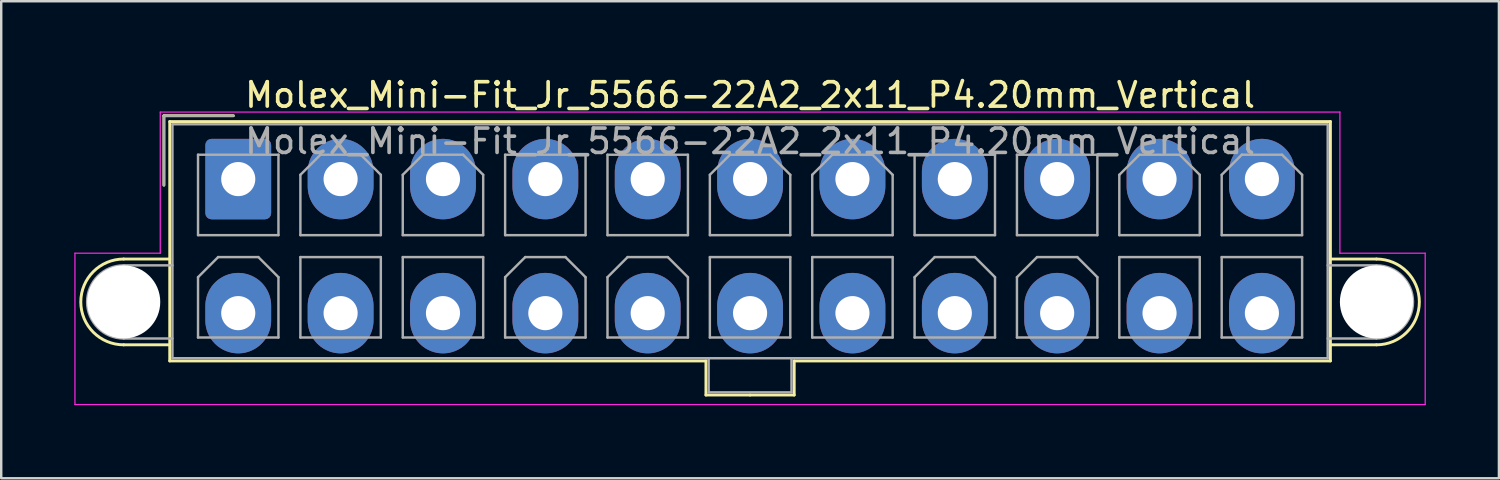
<source format=kicad_pcb>
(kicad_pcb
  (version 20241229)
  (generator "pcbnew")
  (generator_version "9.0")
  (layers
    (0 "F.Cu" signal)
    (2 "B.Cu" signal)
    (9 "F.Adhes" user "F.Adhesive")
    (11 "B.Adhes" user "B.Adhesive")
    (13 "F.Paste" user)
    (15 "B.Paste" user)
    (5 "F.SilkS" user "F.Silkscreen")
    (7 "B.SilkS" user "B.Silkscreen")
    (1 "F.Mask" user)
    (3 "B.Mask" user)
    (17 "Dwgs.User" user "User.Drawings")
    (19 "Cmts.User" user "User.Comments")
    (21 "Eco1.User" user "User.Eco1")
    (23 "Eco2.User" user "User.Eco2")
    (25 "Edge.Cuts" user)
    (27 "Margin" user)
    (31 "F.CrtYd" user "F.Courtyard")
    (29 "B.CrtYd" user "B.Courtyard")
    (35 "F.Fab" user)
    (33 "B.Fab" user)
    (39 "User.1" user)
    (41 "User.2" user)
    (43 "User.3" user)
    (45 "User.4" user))
  (footprint "Molex_Mini-Fit_Jr_5566-22A2_2x11_P4.20mm_Vertical"
    (layer "F.Cu")
    (at 6.725 4.298)
    (property "Reference" "Molex_Mini-Fit_Jr_5566-22A2_2x11_P4.20mm_Vertical" (at 21 -3.45 0) (layer "F.SilkS") (effects (font (size 1 1) (thickness 0.15))))
    (attr through_hole)
    (fp_line (start -4.7 3.28) (end -2.81 3.28) (stroke (width 0.12) (type solid)) (layer "F.SilkS"))
    (fp_line (start -4.7 6.8) (end -2.81 6.8) (stroke (width 0.12) (type solid)) (layer "F.SilkS"))
    (fp_line (start -3.05 -2.6) (end -3.05 0.25) (stroke (width 0.12) (type solid)) (layer "F.SilkS"))
    (fp_line (start -2.81 -2.36) (end -2.81 7.46) (stroke (width 0.12) (type solid)) (layer "F.SilkS"))
    (fp_line (start -2.81 7.46) (end 19.19 7.46) (stroke (width 0.12) (type solid)) (layer "F.SilkS"))
    (fp_line (start -0.2 -2.6) (end -3.05 -2.6) (stroke (width 0.12) (type solid)) (layer "F.SilkS"))
    (fp_line (start 19.19 7.46) (end 19.19 8.86) (stroke (width 0.12) (type solid)) (layer "F.SilkS"))
    (fp_line (start 19.19 8.86) (end 21 8.86) (stroke (width 0.12) (type solid)) (layer "F.SilkS"))
    (fp_line (start 21 -2.36) (end -2.81 -2.36) (stroke (width 0.12) (type solid)) (layer "F.SilkS"))
    (fp_line (start 21 -2.36) (end 44.81 -2.36) (stroke (width 0.12) (type solid)) (layer "F.SilkS"))
    (fp_line (start 22.81 7.46) (end 22.81 8.86) (stroke (width 0.12) (type solid)) (layer "F.SilkS"))
    (fp_line (start 22.81 8.86) (end 21 8.86) (stroke (width 0.12) (type solid)) (layer "F.SilkS"))
    (fp_line (start 44.81 -2.36) (end 44.81 7.46) (stroke (width 0.12) (type solid)) (layer "F.SilkS"))
    (fp_line (start 44.81 7.46) (end 22.81 7.46) (stroke (width 0.12) (type solid)) (layer "F.SilkS"))
    (fp_line (start 46.7 3.28) (end 44.81 3.28) (stroke (width 0.12) (type solid)) (layer "F.SilkS"))
    (fp_line (start 46.7 6.8) (end 44.81 6.8) (stroke (width 0.12) (type solid)) (layer "F.SilkS"))
    (fp_arc (start -4.7 6.8) (mid -6.46 5.04) (end -4.7 3.28) (stroke (width 0.12) (type solid)) (layer "F.SilkS"))
    (fp_arc (start 46.7 3.28) (mid 48.46 5.04) (end 46.7 6.8) (stroke (width 0.12) (type solid)) (layer "F.SilkS"))
    (fp_line (start -6.7 3.04) (end -6.7 9.25) (stroke (width 0.05) (type solid)) (layer "F.CrtYd"))
    (fp_line (start -6.7 9.25) (end 48.7 9.25) (stroke (width 0.05) (type solid)) (layer "F.CrtYd"))
    (fp_line (start -3.2 -2.75) (end -3.2 3.04) (stroke (width 0.05) (type solid)) (layer "F.CrtYd"))
    (fp_line (start -3.2 3.04) (end -6.7 3.04) (stroke (width 0.05) (type solid)) (layer "F.CrtYd"))
    (fp_line (start 45.2 -2.75) (end -3.2 -2.75) (stroke (width 0.05) (type solid)) (layer "F.CrtYd"))
    (fp_line (start 45.2 3.04) (end 45.2 -2.75) (stroke (width 0.05) (type solid)) (layer "F.CrtYd"))
    (fp_line (start 48.7 3.04) (end 45.2 3.04) (stroke (width 0.05) (type solid)) (layer "F.CrtYd"))
    (fp_line (start 48.7 9.25) (end 48.7 3.04) (stroke (width 0.05) (type solid)) (layer "F.CrtYd"))
    (fp_line (start -4.7 3.54) (end -2.7 3.54) (stroke (width 0.1) (type solid)) (layer "F.Fab"))
    (fp_line (start -4.7 6.54) (end -2.7 6.54) (stroke (width 0.1) (type solid)) (layer "F.Fab"))
    (fp_line (start -3.05 -2.6) (end -3.05 0.25) (stroke (width 0.1) (type solid)) (layer "F.Fab"))
    (fp_line (start -2.7 -2.25) (end -2.7 7.35) (stroke (width 0.1) (type solid)) (layer "F.Fab"))
    (fp_line (start -2.7 7.35) (end 44.7 7.35) (stroke (width 0.1) (type solid)) (layer "F.Fab"))
    (fp_line (start -1.65 -1) (end -1.65 2.3) (stroke (width 0.1) (type solid)) (layer "F.Fab"))
    (fp_line (start -1.65 2.3) (end 1.65 2.3) (stroke (width 0.1) (type solid)) (layer "F.Fab"))
    (fp_line (start -1.65 4.025) (end -0.825 3.2) (stroke (width 0.1) (type solid)) (layer "F.Fab"))
    (fp_line (start -1.65 6.5) (end -1.65 4.025) (stroke (width 0.1) (type solid)) (layer "F.Fab"))
    (fp_line (start -0.825 3.2) (end 0.825 3.2) (stroke (width 0.1) (type solid)) (layer "F.Fab"))
    (fp_line (start -0.2 -2.6) (end -3.05 -2.6) (stroke (width 0.1) (type solid)) (layer "F.Fab"))
    (fp_line (start 0.825 3.2) (end 1.65 4.025) (stroke (width 0.1) (type solid)) (layer "F.Fab"))
    (fp_line (start 1.65 -1) (end -1.65 -1) (stroke (width 0.1) (type solid)) (layer "F.Fab"))
    (fp_line (start 1.65 2.3) (end 1.65 -1) (stroke (width 0.1) (type solid)) (layer "F.Fab"))
    (fp_line (start 1.65 4.025) (end 1.65 6.5) (stroke (width 0.1) (type solid)) (layer "F.Fab"))
    (fp_line (start 1.65 6.5) (end -1.65 6.5) (stroke (width 0.1) (type solid)) (layer "F.Fab"))
    (fp_line (start 2.55 -0.175) (end 3.375 -1) (stroke (width 0.1) (type solid)) (layer "F.Fab"))
    (fp_line (start 2.55 2.3) (end 2.55 -0.175) (stroke (width 0.1) (type solid)) (layer "F.Fab"))
    (fp_line (start 2.55 3.2) (end 2.55 6.5) (stroke (width 0.1) (type solid)) (layer "F.Fab"))
    (fp_line (start 2.55 6.5) (end 5.85 6.5) (stroke (width 0.1) (type solid)) (layer "F.Fab"))
    (fp_line (start 3.375 -1) (end 5.025 -1) (stroke (width 0.1) (type solid)) (layer "F.Fab"))
    (fp_line (start 5.025 -1) (end 5.85 -0.175) (stroke (width 0.1) (type solid)) (layer "F.Fab"))
    (fp_line (start 5.85 -0.175) (end 5.85 2.3) (stroke (width 0.1) (type solid)) (layer "F.Fab"))
    (fp_line (start 5.85 2.3) (end 2.55 2.3) (stroke (width 0.1) (type solid)) (layer "F.Fab"))
    (fp_line (start 5.85 3.2) (end 2.55 3.2) (stroke (width 0.1) (type solid)) (layer "F.Fab"))
    (fp_line (start 5.85 6.5) (end 5.85 3.2) (stroke (width 0.1) (type solid)) (layer "F.Fab"))
    (fp_line (start 6.75 -0.175) (end 7.575 -1) (stroke (width 0.1) (type solid)) (layer "F.Fab"))
    (fp_line (start 6.75 2.3) (end 6.75 -0.175) (stroke (width 0.1) (type solid)) (layer "F.Fab"))
    (fp_line (start 6.75 3.2) (end 6.75 6.5) (stroke (width 0.1) (type solid)) (layer "F.Fab"))
    (fp_line (start 6.75 6.5) (end 10.05 6.5) (stroke (width 0.1) (type solid)) (layer "F.Fab"))
    (fp_line (start 7.575 -1) (end 9.225 -1) (stroke (width 0.1) (type solid)) (layer "F.Fab"))
    (fp_line (start 9.225 -1) (end 10.05 -0.175) (stroke (width 0.1) (type solid)) (layer "F.Fab"))
    (fp_line (start 10.05 -0.175) (end 10.05 2.3) (stroke (width 0.1) (type solid)) (layer "F.Fab"))
    (fp_line (start 10.05 2.3) (end 6.75 2.3) (stroke (width 0.1) (type solid)) (layer "F.Fab"))
    (fp_line (start 10.05 3.2) (end 6.75 3.2) (stroke (width 0.1) (type solid)) (layer "F.Fab"))
    (fp_line (start 10.05 6.5) (end 10.05 3.2) (stroke (width 0.1) (type solid)) (layer "F.Fab"))
    (fp_line (start 10.95 -1) (end 10.95 2.3) (stroke (width 0.1) (type solid)) (layer "F.Fab"))
    (fp_line (start 10.95 2.3) (end 14.25 2.3) (stroke (width 0.1) (type solid)) (layer "F.Fab"))
    (fp_line (start 10.95 4.025) (end 11.775 3.2) (stroke (width 0.1) (type solid)) (layer "F.Fab"))
    (fp_line (start 10.95 6.5) (end 10.95 4.025) (stroke (width 0.1) (type solid)) (layer "F.Fab"))
    (fp_line (start 11.775 3.2) (end 13.425 3.2) (stroke (width 0.1) (type solid)) (layer "F.Fab"))
    (fp_line (start 13.425 3.2) (end 14.25 4.025) (stroke (width 0.1) (type solid)) (layer "F.Fab"))
    (fp_line (start 14.25 -1) (end 10.95 -1) (stroke (width 0.1) (type solid)) (layer "F.Fab"))
    (fp_line (start 14.25 2.3) (end 14.25 -1) (stroke (width 0.1) (type solid)) (layer "F.Fab"))
    (fp_line (start 14.25 4.025) (end 14.25 6.5) (stroke (width 0.1) (type solid)) (layer "F.Fab"))
    (fp_line (start 14.25 6.5) (end 10.95 6.5) (stroke (width 0.1) (type solid)) (layer "F.Fab"))
    (fp_line (start 15.15 -1) (end 15.15 2.3) (stroke (width 0.1) (type solid)) (layer "F.Fab"))
    (fp_line (start 15.15 2.3) (end 18.45 2.3) (stroke (width 0.1) (type solid)) (layer "F.Fab"))
    (fp_line (start 15.15 4.025) (end 15.975 3.2) (stroke (width 0.1) (type solid)) (layer "F.Fab"))
    (fp_line (start 15.15 6.5) (end 15.15 4.025) (stroke (width 0.1) (type solid)) (layer "F.Fab"))
    (fp_line (start 15.975 3.2) (end 17.625 3.2) (stroke (width 0.1) (type solid)) (layer "F.Fab"))
    (fp_line (start 17.625 3.2) (end 18.45 4.025) (stroke (width 0.1) (type solid)) (layer "F.Fab"))
    (fp_line (start 18.45 -1) (end 15.15 -1) (stroke (width 0.1) (type solid)) (layer "F.Fab"))
    (fp_line (start 18.45 2.3) (end 18.45 -1) (stroke (width 0.1) (type solid)) (layer "F.Fab"))
    (fp_line (start 18.45 4.025) (end 18.45 6.5) (stroke (width 0.1) (type solid)) (layer "F.Fab"))
    (fp_line (start 18.45 6.5) (end 15.15 6.5) (stroke (width 0.1) (type solid)) (layer "F.Fab"))
    (fp_line (start 19.3 7.35) (end 19.3 8.75) (stroke (width 0.1) (type solid)) (layer "F.Fab"))
    (fp_line (start 19.3 8.75) (end 22.7 8.75) (stroke (width 0.1) (type solid)) (layer "F.Fab"))
    (fp_line (start 19.35 -0.175) (end 20.175 -1) (stroke (width 0.1) (type solid)) (layer "F.Fab"))
    (fp_line (start 19.35 2.3) (end 19.35 -0.175) (stroke (width 0.1) (type solid)) (layer "F.Fab"))
    (fp_line (start 19.35 3.2) (end 19.35 6.5) (stroke (width 0.1) (type solid)) (layer "F.Fab"))
    (fp_line (start 19.35 6.5) (end 22.65 6.5) (stroke (width 0.1) (type solid)) (layer "F.Fab"))
    (fp_line (start 20.175 -1) (end 21.825 -1) (stroke (width 0.1) (type solid)) (layer "F.Fab"))
    (fp_line (start 21.825 -1) (end 22.65 -0.175) (stroke (width 0.1) (type solid)) (layer "F.Fab"))
    (fp_line (start 22.65 -0.175) (end 22.65 2.3) (stroke (width 0.1) (type solid)) (layer "F.Fab"))
    (fp_line (start 22.65 2.3) (end 19.35 2.3) (stroke (width 0.1) (type solid)) (layer "F.Fab"))
    (fp_line (start 22.65 3.2) (end 19.35 3.2) (stroke (width 0.1) (type solid)) (layer "F.Fab"))
    (fp_line (start 22.65 6.5) (end 22.65 3.2) (stroke (width 0.1) (type solid)) (layer "F.Fab"))
    (fp_line (start 22.7 8.75) (end 22.7 7.35) (stroke (width 0.1) (type solid)) (layer "F.Fab"))
    (fp_line (start 23.55 -0.175) (end 24.375 -1) (stroke (width 0.1) (type solid)) (layer "F.Fab"))
    (fp_line (start 23.55 2.3) (end 23.55 -0.175) (stroke (width 0.1) (type solid)) (layer "F.Fab"))
    (fp_line (start 23.55 3.2) (end 23.55 6.5) (stroke (width 0.1) (type solid)) (layer "F.Fab"))
    (fp_line (start 23.55 6.5) (end 26.85 6.5) (stroke (width 0.1) (type solid)) (layer "F.Fab"))
    (fp_line (start 24.375 -1) (end 26.025 -1) (stroke (width 0.1) (type solid)) (layer "F.Fab"))
    (fp_line (start 26.025 -1) (end 26.85 -0.175) (stroke (width 0.1) (type solid)) (layer "F.Fab"))
    (fp_line (start 26.85 -0.175) (end 26.85 2.3) (stroke (width 0.1) (type solid)) (layer "F.Fab"))
    (fp_line (start 26.85 2.3) (end 23.55 2.3) (stroke (width 0.1) (type solid)) (layer "F.Fab"))
    (fp_line (start 26.85 3.2) (end 23.55 3.2) (stroke (width 0.1) (type solid)) (layer "F.Fab"))
    (fp_line (start 26.85 6.5) (end 26.85 3.2) (stroke (width 0.1) (type solid)) (layer "F.Fab"))
    (fp_line (start 27.75 -1) (end 27.75 2.3) (stroke (width 0.1) (type solid)) (layer "F.Fab"))
    (fp_line (start 27.75 2.3) (end 31.05 2.3) (stroke (width 0.1) (type solid)) (layer "F.Fab"))
    (fp_line (start 27.75 4.025) (end 28.575 3.2) (stroke (width 0.1) (type solid)) (layer "F.Fab"))
    (fp_line (start 27.75 6.5) (end 27.75 4.025) (stroke (width 0.1) (type solid)) (layer "F.Fab"))
    (fp_line (start 28.575 3.2) (end 30.225 3.2) (stroke (width 0.1) (type solid)) (layer "F.Fab"))
    (fp_line (start 30.225 3.2) (end 31.05 4.025) (stroke (width 0.1) (type solid)) (layer "F.Fab"))
    (fp_line (start 31.05 -1) (end 27.75 -1) (stroke (width 0.1) (type solid)) (layer "F.Fab"))
    (fp_line (start 31.05 2.3) (end 31.05 -1) (stroke (width 0.1) (type solid)) (layer "F.Fab"))
    (fp_line (start 31.05 4.025) (end 31.05 6.5) (stroke (width 0.1) (type solid)) (layer "F.Fab"))
    (fp_line (start 31.05 6.5) (end 27.75 6.5) (stroke (width 0.1) (type solid)) (layer "F.Fab"))
    (fp_line (start 31.95 -1) (end 31.95 2.3) (stroke (width 0.1) (type solid)) (layer "F.Fab"))
    (fp_line (start 31.95 2.3) (end 35.25 2.3) (stroke (width 0.1) (type solid)) (layer "F.Fab"))
    (fp_line (start 31.95 4.025) (end 32.775 3.2) (stroke (width 0.1) (type solid)) (layer "F.Fab"))
    (fp_line (start 31.95 6.5) (end 31.95 4.025) (stroke (width 0.1) (type solid)) (layer "F.Fab"))
    (fp_line (start 32.775 3.2) (end 34.425 3.2) (stroke (width 0.1) (type solid)) (layer "F.Fab"))
    (fp_line (start 34.425 3.2) (end 35.25 4.025) (stroke (width 0.1) (type solid)) (layer "F.Fab"))
    (fp_line (start 35.25 -1) (end 31.95 -1) (stroke (width 0.1) (type solid)) (layer "F.Fab"))
    (fp_line (start 35.25 2.3) (end 35.25 -1) (stroke (width 0.1) (type solid)) (layer "F.Fab"))
    (fp_line (start 35.25 4.025) (end 35.25 6.5) (stroke (width 0.1) (type solid)) (layer "F.Fab"))
    (fp_line (start 35.25 6.5) (end 31.95 6.5) (stroke (width 0.1) (type solid)) (layer "F.Fab"))
    (fp_line (start 36.15 -0.175) (end 36.975 -1) (stroke (width 0.1) (type solid)) (layer "F.Fab"))
    (fp_line (start 36.15 2.3) (end 36.15 -0.175) (stroke (width 0.1) (type solid)) (layer "F.Fab"))
    (fp_line (start 36.15 3.2) (end 36.15 6.5) (stroke (width 0.1) (type solid)) (layer "F.Fab"))
    (fp_line (start 36.15 6.5) (end 39.45 6.5) (stroke (width 0.1) (type solid)) (layer "F.Fab"))
    (fp_line (start 36.975 -1) (end 38.625 -1) (stroke (width 0.1) (type solid)) (layer "F.Fab"))
    (fp_line (start 38.625 -1) (end 39.45 -0.175) (stroke (width 0.1) (type solid)) (layer "F.Fab"))
    (fp_line (start 39.45 -0.175) (end 39.45 2.3) (stroke (width 0.1) (type solid)) (layer "F.Fab"))
    (fp_line (start 39.45 2.3) (end 36.15 2.3) (stroke (width 0.1) (type solid)) (layer "F.Fab"))
    (fp_line (start 39.45 3.2) (end 36.15 3.2) (stroke (width 0.1) (type solid)) (layer "F.Fab"))
    (fp_line (start 39.45 6.5) (end 39.45 3.2) (stroke (width 0.1) (type solid)) (layer "F.Fab"))
    (fp_line (start 40.35 -0.175) (end 41.175 -1) (stroke (width 0.1) (type solid)) (layer "F.Fab"))
    (fp_line (start 40.35 2.3) (end 40.35 -0.175) (stroke (width 0.1) (type solid)) (layer "F.Fab"))
    (fp_line (start 40.35 3.2) (end 40.35 6.5) (stroke (width 0.1) (type solid)) (layer "F.Fab"))
    (fp_line (start 40.35 6.5) (end 43.65 6.5) (stroke (width 0.1) (type solid)) (layer "F.Fab"))
    (fp_line (start 41.175 -1) (end 42.825 -1) (stroke (width 0.1) (type solid)) (layer "F.Fab"))
    (fp_line (start 42.825 -1) (end 43.65 -0.175) (stroke (width 0.1) (type solid)) (layer "F.Fab"))
    (fp_line (start 43.65 -0.175) (end 43.65 2.3) (stroke (width 0.1) (type solid)) (layer "F.Fab"))
    (fp_line (start 43.65 2.3) (end 40.35 2.3) (stroke (width 0.1) (type solid)) (layer "F.Fab"))
    (fp_line (start 43.65 3.2) (end 40.35 3.2) (stroke (width 0.1) (type solid)) (layer "F.Fab"))
    (fp_line (start 43.65 6.5) (end 43.65 3.2) (stroke (width 0.1) (type solid)) (layer "F.Fab"))
    (fp_line (start 44.7 -2.25) (end -2.7 -2.25) (stroke (width 0.1) (type solid)) (layer "F.Fab"))
    (fp_line (start 44.7 7.35) (end 44.7 -2.25) (stroke (width 0.1) (type solid)) (layer "F.Fab"))
    (fp_line (start 46.7 3.54) (end 44.7 3.54) (stroke (width 0.1) (type solid)) (layer "F.Fab"))
    (fp_line (start 46.7 6.54) (end 44.7 6.54) (stroke (width 0.1) (type solid)) (layer "F.Fab"))
    (fp_arc (start -4.7 6.54) (mid -6.2 5.04) (end -4.7 3.54) (stroke (width 0.1) (type solid)) (layer "F.Fab"))
    (fp_arc (start 46.7 3.54) (mid 48.2 5.04) (end 46.7 6.54) (stroke (width 0.1) (type solid)) (layer "F.Fab"))
    (fp_text user "${REFERENCE}" (at 21 -1.55 0) (layer "F.Fab") (effects (font (size 1 1) (thickness 0.15))))
    (pad "" np_thru_hole circle (at -4.7 5.04) (size 3 3) (drill 3) (layers "*.Cu" "*.Mask"))
    (pad "" np_thru_hole circle (at 46.7 5.04) (size 3 3) (drill 3) (layers "*.Cu" "*.Mask"))
    (pad "1" thru_hole roundrect (at 0 0) (size 2.7 3.3) (drill 1.4) (layers "*.Cu" "*.Mask") (roundrect_rratio 0.093))
    (pad "2" thru_hole oval (at 4.2 0) (size 2.7 3.3) (drill 1.4) (layers "*.Cu" "*.Mask"))
    (pad "3" thru_hole oval (at 8.4 0) (size 2.7 3.3) (drill 1.4) (layers "*.Cu" "*.Mask"))
    (pad "4" thru_hole oval (at 12.6 0) (size 2.7 3.3) (drill 1.4) (layers "*.Cu" "*.Mask"))
    (pad "5" thru_hole oval (at 16.8 0) (size 2.7 3.3) (drill 1.4) (layers "*.Cu" "*.Mask"))
    (pad "6" thru_hole oval (at 21 0) (size 2.7 3.3) (drill 1.4) (layers "*.Cu" "*.Mask"))
    (pad "7" thru_hole oval (at 25.2 0) (size 2.7 3.3) (drill 1.4) (layers "*.Cu" "*.Mask"))
    (pad "8" thru_hole oval (at 29.4 0) (size 2.7 3.3) (drill 1.4) (layers "*.Cu" "*.Mask"))
    (pad "9" thru_hole oval (at 33.6 0) (size 2.7 3.3) (drill 1.4) (layers "*.Cu" "*.Mask"))
    (pad "10" thru_hole oval (at 37.8 0) (size 2.7 3.3) (drill 1.4) (layers "*.Cu" "*.Mask"))
    (pad "11" thru_hole oval (at 42 0) (size 2.7 3.3) (drill 1.4) (layers "*.Cu" "*.Mask"))
    (pad "12" thru_hole oval (at 0 5.5) (size 2.7 3.3) (drill 1.4) (layers "*.Cu" "*.Mask"))
    (pad "13" thru_hole oval (at 4.2 5.5) (size 2.7 3.3) (drill 1.4) (layers "*.Cu" "*.Mask"))
    (pad "14" thru_hole oval (at 8.4 5.5) (size 2.7 3.3) (drill 1.4) (layers "*.Cu" "*.Mask"))
    (pad "15" thru_hole oval (at 12.6 5.5) (size 2.7 3.3) (drill 1.4) (layers "*.Cu" "*.Mask"))
    (pad "16" thru_hole oval (at 16.8 5.5) (size 2.7 3.3) (drill 1.4) (layers "*.Cu" "*.Mask"))
    (pad "17" thru_hole oval (at 21 5.5) (size 2.7 3.3) (drill 1.4) (layers "*.Cu" "*.Mask"))
    (pad "18" thru_hole oval (at 25.2 5.5) (size 2.7 3.3) (drill 1.4) (layers "*.Cu" "*.Mask"))
    (pad "19" thru_hole oval (at 29.4 5.5) (size 2.7 3.3) (drill 1.4) (layers "*.Cu" "*.Mask"))
    (pad "20" thru_hole oval (at 33.6 5.5) (size 2.7 3.3) (drill 1.4) (layers "*.Cu" "*.Mask"))
    (pad "21" thru_hole oval (at 37.8 5.5) (size 2.7 3.3) (drill 1.4) (layers "*.Cu" "*.Mask"))
    (pad "22" thru_hole oval (at 42 5.5) (size 2.7 3.3) (drill 1.4) (layers "*.Cu" "*.Mask")))
  (gr_rect
    (start -3 -3)
    (end 58.45 16.573)
    (stroke (width 0.1) (type default))
    (fill no)
    (layer "Edge.Cuts")))
</source>
